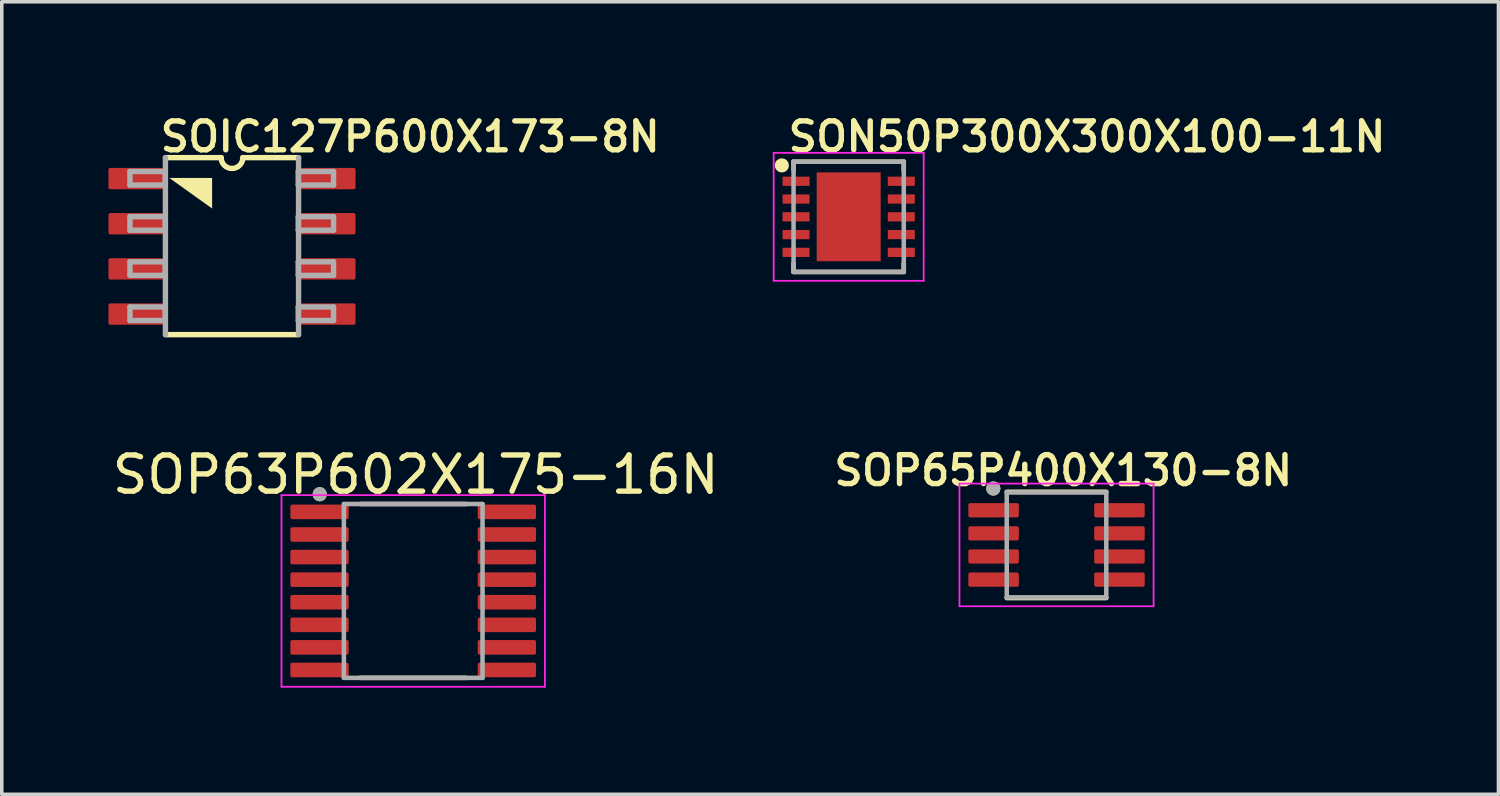
<source format=kicad_pcb>
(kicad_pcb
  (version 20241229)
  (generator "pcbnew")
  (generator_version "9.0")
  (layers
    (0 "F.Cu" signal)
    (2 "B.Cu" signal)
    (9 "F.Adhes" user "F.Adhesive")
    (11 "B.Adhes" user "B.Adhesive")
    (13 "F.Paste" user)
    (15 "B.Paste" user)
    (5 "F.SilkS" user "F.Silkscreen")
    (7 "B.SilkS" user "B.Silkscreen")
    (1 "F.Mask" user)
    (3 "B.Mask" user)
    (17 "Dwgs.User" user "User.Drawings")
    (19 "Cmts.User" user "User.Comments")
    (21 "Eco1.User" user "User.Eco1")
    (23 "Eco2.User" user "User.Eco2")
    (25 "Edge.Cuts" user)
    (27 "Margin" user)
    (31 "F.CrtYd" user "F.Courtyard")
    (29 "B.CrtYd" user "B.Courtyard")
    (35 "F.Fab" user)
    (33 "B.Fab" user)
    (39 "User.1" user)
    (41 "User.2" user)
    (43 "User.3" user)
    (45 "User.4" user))
  (footprint "SON50P300X300X100-11N"
    (layer "F.Cu")
    (at 20.82 3.048)
    (property "Reference" "SON50P300X300X100-11N" (at -1.778 -1.778 0) (layer "F.SilkS") (effects (font (size 0.813 0.813) (thickness 0.152) (bold yes)) (justify left bottom)))
    (attr smd)
    (fp_line (start -1.55 -1.55) (end -1.55 -1.31) (stroke (width 0.127) (type solid)) (layer "F.SilkS"))
    (fp_line (start -1.55 -1.55) (end 1.55 -1.55) (stroke (width 0.127) (type solid)) (layer "F.SilkS"))
    (fp_line (start -1.55 1.31) (end -1.55 1.55) (stroke (width 0.127) (type solid)) (layer "F.SilkS"))
    (fp_line (start 1.55 -1.55) (end 1.55 -1.31) (stroke (width 0.127) (type solid)) (layer "F.SilkS"))
    (fp_line (start 1.55 1.31) (end 1.55 1.55) (stroke (width 0.127) (type solid)) (layer "F.SilkS"))
    (fp_line (start 1.55 1.55) (end -1.55 1.55) (stroke (width 0.127) (type solid)) (layer "F.SilkS"))
    (fp_circle (center -1.88 -1.446) (end -1.78 -1.446) (stroke (width 0.2) (type solid)) (fill no) (layer "F.SilkS"))
    (fp_poly (pts (xy -0.784 -1.088) (xy 0.784 -1.088) (xy 0.784 1.088) (xy -0.784 1.088)) (stroke (width 0.01) (type solid)) (fill yes) (layer "F.Paste"))
    (fp_line (start -2.11 -1.8) (end 2.11 -1.8) (stroke (width 0.05) (type solid)) (layer "F.CrtYd"))
    (fp_line (start -2.11 1.8) (end -2.11 -1.8) (stroke (width 0.05) (type solid)) (layer "F.CrtYd"))
    (fp_line (start 2.11 -1.8) (end 2.11 1.8) (stroke (width 0.05) (type solid)) (layer "F.CrtYd"))
    (fp_line (start 2.11 1.8) (end -2.11 1.8) (stroke (width 0.05) (type solid)) (layer "F.CrtYd"))
    (fp_line (start -1.55 -1.55) (end 1.55 -1.55) (stroke (width 0.127) (type solid)) (layer "F.Fab"))
    (fp_line (start -1.55 1.55) (end -1.55 -1.55) (stroke (width 0.127) (type solid)) (layer "F.Fab"))
    (fp_line (start 1.55 -1.55) (end 1.55 1.55) (stroke (width 0.127) (type solid)) (layer "F.Fab"))
    (fp_line (start 1.55 1.55) (end -1.55 1.55) (stroke (width 0.127) (type solid)) (layer "F.Fab"))
    (pad "1" smd rect (at -1.48 -1) (size 0.76 0.26) (layers "F.Cu" "F.Mask" "F.Paste"))
    (pad "2" smd rect (at -1.48 -0.5) (size 0.76 0.26) (layers "F.Cu" "F.Mask" "F.Paste"))
    (pad "3" smd rect (at -1.48 0) (size 0.76 0.26) (layers "F.Cu" "F.Mask" "F.Paste"))
    (pad "4" smd rect (at -1.48 0.5) (size 0.76 0.26) (layers "F.Cu" "F.Mask" "F.Paste"))
    (pad "5" smd rect (at -1.48 1) (size 0.76 0.26) (layers "F.Cu" "F.Mask" "F.Paste"))
    (pad "6" smd rect (at 1.48 1) (size 0.76 0.26) (layers "F.Cu" "F.Mask" "F.Paste"))
    (pad "7" smd rect (at 1.48 0.5) (size 0.76 0.26) (layers "F.Cu" "F.Mask" "F.Paste"))
    (pad "8" smd rect (at 1.48 0) (size 0.76 0.26) (layers "F.Cu" "F.Mask" "F.Paste"))
    (pad "9" smd rect (at 1.48 -0.5) (size 0.76 0.26) (layers "F.Cu" "F.Mask" "F.Paste"))
    (pad "10" smd rect (at 1.48 -1) (size 0.76 0.26) (layers "F.Cu" "F.Mask" "F.Paste"))
    (pad "11" smd rect (at 0 0) (size 1.8 2.5) (layers "F.Cu" "F.Mask")))
  (footprint "SOP63P602X175-16N"
    (layer "F.Cu")
    (at 8.572 13.571)
    (property "Reference" "SOP63P602X175-16N" (at 0.07 -3.27 0) (layer "F.SilkS") (effects (font (size 1.016 1.016) (thickness 0.152))))
    (attr smd)
    (fp_line (start -1.495 -2.445) (end 1.495 -2.445) (stroke (width 0.127) (type solid)) (layer "F.SilkS"))
    (fp_line (start -1.495 2.445) (end 1.495 2.445) (stroke (width 0.127) (type solid)) (layer "F.SilkS"))
    (fp_circle (center -2.63 -2.72) (end -2.53 -2.72) (stroke (width 0.2) (type solid)) (fill no) (layer "F.SilkS"))
    (fp_line (start -3.705 -2.695) (end -3.705 2.695) (stroke (width 0.05) (type solid)) (layer "F.CrtYd"))
    (fp_line (start -3.705 2.695) (end 3.705 2.695) (stroke (width 0.05) (type solid)) (layer "F.CrtYd"))
    (fp_line (start 3.705 -2.695) (end -3.705 -2.695) (stroke (width 0.05) (type solid)) (layer "F.CrtYd"))
    (fp_line (start 3.705 2.695) (end 3.705 -2.695) (stroke (width 0.05) (type solid)) (layer "F.CrtYd"))
    (fp_line (start -1.95 -2.445) (end -1.95 2.445) (stroke (width 0.127) (type solid)) (layer "F.Fab"))
    (fp_line (start -1.95 -2.445) (end 1.95 -2.445) (stroke (width 0.127) (type solid)) (layer "F.Fab"))
    (fp_line (start -1.95 2.445) (end 1.95 2.445) (stroke (width 0.127) (type solid)) (layer "F.Fab"))
    (fp_line (start 1.95 -2.445) (end 1.95 2.445) (stroke (width 0.127) (type solid)) (layer "F.Fab"))
    (fp_circle (center -2.63 -2.72) (end -2.53 -2.72) (stroke (width 0.2) (type solid)) (fill no) (layer "F.Fab"))
    (pad "1" smd roundrect (at -2.635 -2.223) (size 1.64 0.41) (layers "F.Cu" "F.Mask" "F.Paste") (roundrect_rratio 0.125))
    (pad "2" smd roundrect (at -2.635 -1.587) (size 1.64 0.41) (layers "F.Cu" "F.Mask" "F.Paste") (roundrect_rratio 0.125))
    (pad "3" smd roundrect (at -2.635 -0.953) (size 1.64 0.41) (layers "F.Cu" "F.Mask" "F.Paste") (roundrect_rratio 0.125))
    (pad "4" smd roundrect (at -2.635 -0.318) (size 1.64 0.41) (layers "F.Cu" "F.Mask" "F.Paste") (roundrect_rratio 0.125))
    (pad "5" smd roundrect (at -2.635 0.318) (size 1.64 0.41) (layers "F.Cu" "F.Mask" "F.Paste") (roundrect_rratio 0.125))
    (pad "6" smd roundrect (at -2.635 0.953) (size 1.64 0.41) (layers "F.Cu" "F.Mask" "F.Paste") (roundrect_rratio 0.125))
    (pad "7" smd roundrect (at -2.635 1.587) (size 1.64 0.41) (layers "F.Cu" "F.Mask" "F.Paste") (roundrect_rratio 0.125))
    (pad "8" smd roundrect (at -2.635 2.223) (size 1.64 0.41) (layers "F.Cu" "F.Mask" "F.Paste") (roundrect_rratio 0.125))
    (pad "9" smd roundrect (at 2.635 2.223) (size 1.64 0.41) (layers "F.Cu" "F.Mask" "F.Paste") (roundrect_rratio 0.125))
    (pad "10" smd roundrect (at 2.635 1.587) (size 1.64 0.41) (layers "F.Cu" "F.Mask" "F.Paste") (roundrect_rratio 0.125))
    (pad "11" smd roundrect (at 2.635 0.953) (size 1.64 0.41) (layers "F.Cu" "F.Mask" "F.Paste") (roundrect_rratio 0.125))
    (pad "12" smd roundrect (at 2.635 0.318) (size 1.64 0.41) (layers "F.Cu" "F.Mask" "F.Paste") (roundrect_rratio 0.125))
    (pad "13" smd roundrect (at 2.635 -0.318) (size 1.64 0.41) (layers "F.Cu" "F.Mask" "F.Paste") (roundrect_rratio 0.125))
    (pad "14" smd roundrect (at 2.635 -0.953) (size 1.64 0.41) (layers "F.Cu" "F.Mask" "F.Paste") (roundrect_rratio 0.125))
    (pad "15" smd roundrect (at 2.635 -1.587) (size 1.64 0.41) (layers "F.Cu" "F.Mask" "F.Paste") (roundrect_rratio 0.125))
    (pad "16" smd roundrect (at 2.635 -2.223) (size 1.64 0.41) (layers "F.Cu" "F.Mask" "F.Paste") (roundrect_rratio 0.125)))
  (footprint "SOP65P400X130-8N"
    (layer "F.Cu")
    (at 26.666 12.277)
    (property "Reference" "SOP65P400X130-8N" (at 0.191 -2.095 0) (layer "F.SilkS") (effects (font (size 0.813 0.813) (thickness 0.152) (bold yes))))
    (attr smd)
    (fp_line (start -1.4 -1.495) (end 1.4 -1.495) (stroke (width 0.127) (type solid)) (layer "F.SilkS"))
    (fp_line (start -1.4 1.495) (end 1.4 1.495) (stroke (width 0.127) (type solid)) (layer "F.SilkS"))
    (fp_circle (center -1.778 -1.587) (end -1.678 -1.587) (stroke (width 0.2) (type solid)) (fill no) (layer "F.SilkS"))
    (fp_line (start -2.73 -1.725) (end -2.73 1.725) (stroke (width 0.05) (type solid)) (layer "F.CrtYd"))
    (fp_line (start -2.73 -1.725) (end 2.73 -1.725) (stroke (width 0.05) (type solid)) (layer "F.CrtYd"))
    (fp_line (start -2.73 1.725) (end 2.73 1.725) (stroke (width 0.05) (type solid)) (layer "F.CrtYd"))
    (fp_line (start 2.73 -1.725) (end 2.73 1.725) (stroke (width 0.05) (type solid)) (layer "F.CrtYd"))
    (fp_line (start -1.4 -1.475) (end -1.4 1.475) (stroke (width 0.127) (type solid)) (layer "F.Fab"))
    (fp_line (start -1.4 -1.475) (end 1.4 -1.475) (stroke (width 0.127) (type solid)) (layer "F.Fab"))
    (fp_line (start -1.4 1.475) (end 1.4 1.475) (stroke (width 0.127) (type solid)) (layer "F.Fab"))
    (fp_line (start 1.4 -1.475) (end 1.4 1.475) (stroke (width 0.127) (type solid)) (layer "F.Fab"))
    (fp_circle (center -1.778 -1.587) (end -1.678 -1.587) (stroke (width 0.2) (type solid)) (fill no) (layer "F.Fab"))
    (pad "1" smd roundrect (at -1.77 -0.975) (size 1.42 0.4) (layers "F.Cu" "F.Mask" "F.Paste") (roundrect_rratio 0.125))
    (pad "2" smd roundrect (at -1.77 -0.325) (size 1.42 0.4) (layers "F.Cu" "F.Mask" "F.Paste") (roundrect_rratio 0.125))
    (pad "3" smd roundrect (at -1.77 0.325) (size 1.42 0.4) (layers "F.Cu" "F.Mask" "F.Paste") (roundrect_rratio 0.125))
    (pad "4" smd roundrect (at -1.77 0.975) (size 1.42 0.4) (layers "F.Cu" "F.Mask" "F.Paste") (roundrect_rratio 0.125))
    (pad "5" smd roundrect (at 1.77 0.975) (size 1.42 0.4) (layers "F.Cu" "F.Mask" "F.Paste") (roundrect_rratio 0.125))
    (pad "6" smd roundrect (at 1.77 0.325) (size 1.42 0.4) (layers "F.Cu" "F.Mask" "F.Paste") (roundrect_rratio 0.125))
    (pad "7" smd roundrect (at 1.77 -0.325) (size 1.42 0.4) (layers "F.Cu" "F.Mask" "F.Paste") (roundrect_rratio 0.125))
    (pad "8" smd roundrect (at 1.77 -0.975) (size 1.42 0.4) (layers "F.Cu" "F.Mask" "F.Paste") (roundrect_rratio 0.125)))
  (footprint "SOIC127P600X173-8N"
    (layer "F.Cu")
    (at 3.475 3.873)
    (property "Reference" "SOIC127P600X173-8N" (at -2.095 -2.603 0) (layer "F.SilkS") (effects (font (size 0.813 0.813) (thickness 0.152) (bold yes)) (justify left bottom)))
    (attr smd)
    (fp_line (start -1.872 2.489) (end 1.872 2.489) (stroke (width 0.152) (type solid)) (layer "F.SilkS"))
    (fp_line (start -0.305 -2.489) (end -1.872 -2.489) (stroke (width 0.152) (type solid)) (layer "F.SilkS"))
    (fp_line (start 1.872 -2.489) (end 0.305 -2.489) (stroke (width 0.152) (type solid)) (layer "F.SilkS"))
    (fp_arc (start 0.3048 -2.4892) (mid 0 -2.1844) (end -0.3048 -2.4892) (stroke (width 0.1524) (type solid)) (layer "F.SilkS"))
    (fp_poly (pts (xy -0.559 -1.058) (xy -1.762 -1.918) (xy -0.559 -1.918)) (stroke (width 0) (type default)) (fill yes) (layer "F.SilkS"))
    (fp_line (start -2.869 -2.099) (end -2.869 -1.718) (stroke (width 0.152) (type solid)) (layer "F.Fab"))
    (fp_line (start -2.869 -1.718) (end -1.878 -1.718) (stroke (width 0.152) (type solid)) (layer "F.Fab"))
    (fp_line (start -2.869 -0.829) (end -2.869 -0.448) (stroke (width 0.152) (type solid)) (layer "F.Fab"))
    (fp_line (start -2.869 -0.448) (end -1.878 -0.448) (stroke (width 0.152) (type solid)) (layer "F.Fab"))
    (fp_line (start -2.869 0.441) (end -2.869 0.822) (stroke (width 0.152) (type solid)) (layer "F.Fab"))
    (fp_line (start -2.869 0.822) (end -1.878 0.822) (stroke (width 0.152) (type solid)) (layer "F.Fab"))
    (fp_line (start -2.869 1.711) (end -2.869 2.092) (stroke (width 0.152) (type solid)) (layer "F.Fab"))
    (fp_line (start -2.869 2.092) (end -1.878 2.092) (stroke (width 0.152) (type solid)) (layer "F.Fab"))
    (fp_line (start -1.878 -2.099) (end -2.869 -2.099) (stroke (width 0.152) (type solid)) (layer "F.Fab"))
    (fp_line (start -1.878 -1.718) (end -1.878 -2.099) (stroke (width 0.152) (type solid)) (layer "F.Fab"))
    (fp_line (start -1.878 -0.829) (end -2.869 -0.829) (stroke (width 0.152) (type solid)) (layer "F.Fab"))
    (fp_line (start -1.878 -0.448) (end -1.878 -0.829) (stroke (width 0.152) (type solid)) (layer "F.Fab"))
    (fp_line (start -1.878 0.441) (end -2.869 0.441) (stroke (width 0.152) (type solid)) (layer "F.Fab"))
    (fp_line (start -1.878 0.822) (end -1.878 0.441) (stroke (width 0.152) (type solid)) (layer "F.Fab"))
    (fp_line (start -1.878 1.711) (end -2.869 1.711) (stroke (width 0.152) (type solid)) (layer "F.Fab"))
    (fp_line (start -1.878 2.092) (end -1.878 1.711) (stroke (width 0.152) (type solid)) (layer "F.Fab"))
    (fp_line (start -1.872 2.489) (end -1.872 -2.489) (stroke (width 0.152) (type solid)) (layer "F.Fab"))
    (fp_line (start 1.865 -2.099) (end 1.865 -1.718) (stroke (width 0.152) (type solid)) (layer "F.Fab"))
    (fp_line (start 1.865 -1.718) (end 2.856 -1.718) (stroke (width 0.152) (type solid)) (layer "F.Fab"))
    (fp_line (start 1.865 -0.829) (end 1.865 -0.448) (stroke (width 0.152) (type solid)) (layer "F.Fab"))
    (fp_line (start 1.865 -0.448) (end 2.856 -0.448) (stroke (width 0.152) (type solid)) (layer "F.Fab"))
    (fp_line (start 1.865 0.441) (end 1.865 0.822) (stroke (width 0.152) (type solid)) (layer "F.Fab"))
    (fp_line (start 1.865 0.822) (end 2.856 0.822) (stroke (width 0.152) (type solid)) (layer "F.Fab"))
    (fp_line (start 1.865 1.711) (end 1.865 2.092) (stroke (width 0.152) (type solid)) (layer "F.Fab"))
    (fp_line (start 1.865 2.092) (end 2.856 2.092) (stroke (width 0.152) (type solid)) (layer "F.Fab"))
    (fp_line (start 1.872 2.489) (end 1.872 -2.489) (stroke (width 0.152) (type solid)) (layer "F.Fab"))
    (fp_line (start 2.856 -2.099) (end 1.865 -2.099) (stroke (width 0.152) (type solid)) (layer "F.Fab"))
    (fp_line (start 2.856 -1.718) (end 2.856 -2.099) (stroke (width 0.152) (type solid)) (layer "F.Fab"))
    (fp_line (start 2.856 -0.829) (end 1.865 -0.829) (stroke (width 0.152) (type solid)) (layer "F.Fab"))
    (fp_line (start 2.856 -0.448) (end 2.856 -0.829) (stroke (width 0.152) (type solid)) (layer "F.Fab"))
    (fp_line (start 2.856 0.441) (end 1.865 0.441) (stroke (width 0.152) (type solid)) (layer "F.Fab"))
    (fp_line (start 2.856 0.822) (end 2.856 0.441) (stroke (width 0.152) (type solid)) (layer "F.Fab"))
    (fp_line (start 2.856 1.711) (end 1.865 1.711) (stroke (width 0.152) (type solid)) (layer "F.Fab"))
    (fp_line (start 2.856 2.092) (end 2.856 1.711) (stroke (width 0.152) (type solid)) (layer "F.Fab"))
    (pad "1" smd roundrect (at -2.7 -1.9) (size 1.55 0.6) (layers "F.Cu" "F.Mask" "F.Paste") (roundrect_rratio 0.085))
    (pad "2" smd roundrect (at -2.7 -0.63) (size 1.55 0.6) (layers "F.Cu" "F.Mask" "F.Paste") (roundrect_rratio 0.085))
    (pad "3" smd roundrect (at -2.7 0.64) (size 1.55 0.6) (layers "F.Cu" "F.Mask" "F.Paste") (roundrect_rratio 0.085))
    (pad "4" smd roundrect (at -2.7 1.91) (size 1.55 0.6) (layers "F.Cu" "F.Mask" "F.Paste") (roundrect_rratio 0.085))
    (pad "5" smd roundrect (at 2.7 1.91) (size 1.55 0.6) (layers "F.Cu" "F.Mask" "F.Paste") (roundrect_rratio 0.085))
    (pad "6" smd roundrect (at 2.7 0.64) (size 1.55 0.6) (layers "F.Cu" "F.Mask" "F.Paste") (roundrect_rratio 0.085))
    (pad "7" smd roundrect (at 2.7 -0.63) (size 1.55 0.6) (layers "F.Cu" "F.Mask" "F.Paste") (roundrect_rratio 0.085))
    (pad "8" smd roundrect (at 2.7 -1.9) (size 1.55 0.6) (layers "F.Cu" "F.Mask" "F.Paste") (roundrect_rratio 0.085)))
  (gr_rect
    (start -3 -3)
    (end 39.096 19.291)
    (stroke (width 0.1) (type default))
    (fill no)
    (layer "Edge.Cuts")))
</source>
